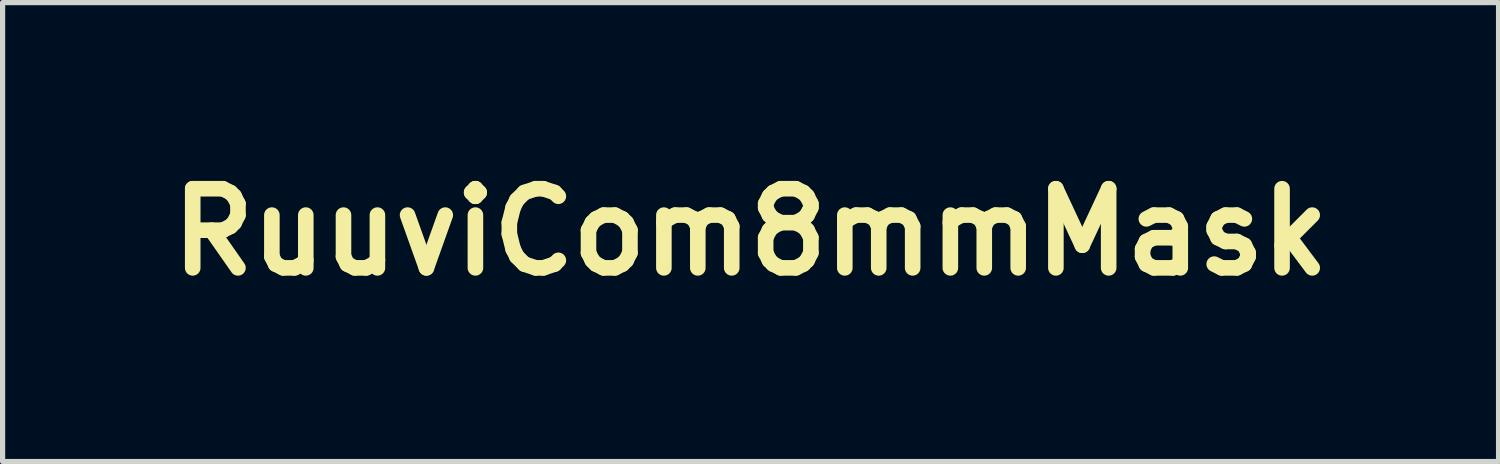
<source format=kicad_pcb>
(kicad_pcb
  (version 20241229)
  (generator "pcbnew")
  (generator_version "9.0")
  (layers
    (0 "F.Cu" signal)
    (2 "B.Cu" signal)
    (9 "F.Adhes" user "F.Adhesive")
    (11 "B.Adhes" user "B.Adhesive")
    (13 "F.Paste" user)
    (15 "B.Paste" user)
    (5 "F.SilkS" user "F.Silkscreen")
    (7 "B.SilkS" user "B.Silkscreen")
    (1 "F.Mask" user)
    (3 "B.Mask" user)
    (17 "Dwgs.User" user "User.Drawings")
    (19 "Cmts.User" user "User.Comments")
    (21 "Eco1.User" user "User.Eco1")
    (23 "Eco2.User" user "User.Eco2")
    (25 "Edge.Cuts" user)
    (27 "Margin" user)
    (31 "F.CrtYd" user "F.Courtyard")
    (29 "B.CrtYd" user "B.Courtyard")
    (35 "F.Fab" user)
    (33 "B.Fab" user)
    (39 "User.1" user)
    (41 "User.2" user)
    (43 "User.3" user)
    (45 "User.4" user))
  (footprint "RuuviCom8mmMask"
    (layer "F.Cu")
    (at 11.401 1.418)
    (property "Reference" "RuuviCom8mmMask" (at 0 0 0) (layer "F.SilkS") (effects (font (size 1.524 1.524) (thickness 0.3))))
    (attr through_hole)
    (fp_poly (pts (xy 0.055 -0.346) (xy -0.189 -0.346) (xy -0.189 -0.558) (xy 0.055 -0.558) (xy 0.055 -0.346)) (stroke (width 0.01) (type solid)) (fill yes) (layer "F.Mask"))
    (fp_poly (pts (xy 0.588 0.426) (xy 0.585 0.546) (xy 0.467 0.548) (xy 0.426 0.549) (xy 0.39 0.548) (xy 0.362 0.548) (xy 0.346 0.546) (xy 0.343 0.545) (xy 0.341 0.536) (xy 0.34 0.513) (xy 0.339 0.481) (xy 0.338 0.442) (xy 0.338 0.423) (xy 0.338 0.306) (xy 0.59 0.306) (xy 0.588 0.426)) (stroke (width 0.01) (type solid)) (fill yes) (layer "F.Mask"))
    (fp_poly (pts (xy 0.047 0.55) (xy -0.062 0.55) (xy -0.101 0.55) (xy -0.135 0.549) (xy -0.161 0.547) (xy -0.174 0.545) (xy -0.176 0.545) (xy -0.177 0.536) (xy -0.178 0.513) (xy -0.178 0.478) (xy -0.179 0.431) (xy -0.18 0.375) (xy -0.18 0.312) (xy -0.181 0.241) (xy -0.181 0.168) (xy -0.181 -0.204) (xy 0.047 -0.204) (xy 0.047 0.55)) (stroke (width 0.01) (type solid)) (fill yes) (layer "F.Mask"))
    (fp_poly (pts (xy -3.438 -0.22) (xy -3.424 -0.214) (xy -3.416 -0.201) (xy -3.412 -0.18) (xy -3.411 -0.147) (xy -3.411 -0.109) (xy -3.411 -0.006) (xy -3.432 -0.012) (xy -3.495 -0.024) (xy -3.552 -0.024) (xy -3.602 -0.012) (xy -3.627 0.000268) (xy -3.648 0.017) (xy -3.668 0.041) (xy -3.676 0.054) (xy -3.698 0.09) (xy -3.703 0.55) (xy -3.812 0.55) (xy -3.86 0.55) (xy -3.893 0.548) (xy -3.914 0.546) (xy -3.924 0.542) (xy -3.926 0.54) (xy -3.926 0.531) (xy -3.927 0.507) (xy -3.928 0.471) (xy -3.929 0.423) (xy -3.929 0.367) (xy -3.93 0.302) (xy -3.931 0.232) (xy -3.931 0.163) (xy -3.933 -0.204) (xy -3.83 -0.204) (xy -3.726 -0.204) (xy -3.721 -0.159) (xy -3.717 -0.126) (xy -3.713 -0.107) (xy -3.708 -0.101) (xy -3.699 -0.107) (xy -3.687 -0.123) (xy -3.686 -0.124) (xy -3.645 -0.169) (xy -3.596 -0.2) (xy -3.539 -0.217) (xy -3.492 -0.221) (xy -3.461 -0.222) (xy -3.438 -0.22)) (stroke (width 0.01) (type solid)) (fill yes) (layer "F.Mask"))
    (fp_poly (pts (xy -2.961 0.057) (xy -2.961 0.129) (xy -2.96 0.186) (xy -2.959 0.232) (xy -2.958 0.267) (xy -2.956 0.292) (xy -2.954 0.311) (xy -2.952 0.324) (xy -2.948 0.333) (xy -2.945 0.339) (xy -2.92 0.363) (xy -2.886 0.377) (xy -2.847 0.381) (xy -2.807 0.375) (xy -2.77 0.359) (xy -2.743 0.338) (xy -2.73 0.325) (xy -2.72 0.311) (xy -2.712 0.295) (xy -2.706 0.274) (xy -2.702 0.249) (xy -2.699 0.215) (xy -2.697 0.172) (xy -2.696 0.117) (xy -2.696 0.05) (xy -2.696 0.021) (xy -2.696 -0.204) (xy -2.468 -0.204) (xy -2.468 0.55) (xy -2.688 0.55) (xy -2.688 0.445) (xy -2.715 0.477) (xy -2.755 0.514) (xy -2.803 0.538) (xy -2.861 0.552) (xy -2.903 0.556) (xy -2.951 0.556) (xy -2.988 0.551) (xy -3.016 0.544) (xy -3.072 0.518) (xy -3.117 0.48) (xy -3.152 0.431) (xy -3.176 0.37) (xy -3.183 0.339) (xy -3.185 0.32) (xy -3.187 0.289) (xy -3.188 0.246) (xy -3.189 0.194) (xy -3.19 0.136) (xy -3.191 0.074) (xy -3.191 0.046) (xy -3.191 -0.204) (xy -2.964 -0.204) (xy -2.961 0.057)) (stroke (width 0.01) (type solid)) (fill yes) (layer "F.Mask"))
    (fp_poly (pts (xy -1.932 0.057) (xy -1.931 0.129) (xy -1.93 0.186) (xy -1.929 0.232) (xy -1.928 0.267) (xy -1.927 0.292) (xy -1.925 0.311) (xy -1.922 0.324) (xy -1.919 0.333) (xy -1.915 0.339) (xy -1.89 0.363) (xy -1.856 0.377) (xy -1.818 0.381) (xy -1.778 0.375) (xy -1.74 0.359) (xy -1.714 0.338) (xy -1.701 0.325) (xy -1.691 0.311) (xy -1.683 0.295) (xy -1.676 0.274) (xy -1.672 0.249) (xy -1.669 0.215) (xy -1.667 0.172) (xy -1.666 0.117) (xy -1.666 0.05) (xy -1.666 0.021) (xy -1.666 -0.204) (xy -1.438 -0.204) (xy -1.438 0.55) (xy -1.658 0.55) (xy -1.658 0.445) (xy -1.686 0.477) (xy -1.726 0.514) (xy -1.773 0.538) (xy -1.831 0.552) (xy -1.874 0.556) (xy -1.929 0.555) (xy -1.972 0.549) (xy -1.981 0.546) (xy -2.037 0.522) (xy -2.081 0.488) (xy -2.114 0.443) (xy -2.12 0.432) (xy -2.135 0.399) (xy -2.147 0.364) (xy -2.153 0.339) (xy -2.155 0.32) (xy -2.157 0.289) (xy -2.159 0.246) (xy -2.16 0.194) (xy -2.161 0.136) (xy -2.161 0.074) (xy -2.161 0.046) (xy -2.161 -0.204) (xy -1.934 -0.204) (xy -1.932 0.057)) (stroke (width 0.01) (type solid)) (fill yes) (layer "F.Mask"))
    (fp_poly (pts (xy -0.419 -0.203) (xy -0.399 -0.201) (xy -0.389 -0.199) (xy -0.387 -0.195) (xy -0.387 -0.195) (xy -0.391 -0.186) (xy -0.401 -0.164) (xy -0.416 -0.13) (xy -0.435 -0.087) (xy -0.458 -0.034) (xy -0.485 0.026) (xy -0.514 0.092) (xy -0.545 0.162) (xy -0.553 0.181) (xy -0.715 0.546) (xy -0.809 0.548) (xy -0.903 0.551) (xy -0.914 0.525) (xy -0.923 0.504) (xy -0.937 0.473) (xy -0.955 0.431) (xy -0.976 0.383) (xy -1 0.328) (xy -1.026 0.268) (xy -1.053 0.207) (xy -1.081 0.144) (xy -1.108 0.081) (xy -1.134 0.021) (xy -1.159 -0.035) (xy -1.181 -0.086) (xy -1.2 -0.129) (xy -1.215 -0.163) (xy -1.226 -0.187) (xy -1.231 -0.198) (xy -1.231 -0.198) (xy -1.225 -0.2) (xy -1.206 -0.202) (xy -1.176 -0.203) (xy -1.139 -0.203) (xy -1.116 -0.203) (xy -0.996 -0.2) (xy -0.901 0.037) (xy -0.879 0.094) (xy -0.857 0.146) (xy -0.839 0.191) (xy -0.823 0.228) (xy -0.811 0.254) (xy -0.804 0.268) (xy -0.802 0.271) (xy -0.799 0.263) (xy -0.79 0.242) (xy -0.776 0.21) (xy -0.759 0.169) (xy -0.739 0.12) (xy -0.717 0.066) (xy -0.703 0.033) (xy -0.608 -0.2) (xy -0.496 -0.203) (xy -0.45 -0.203) (xy -0.419 -0.203)) (stroke (width 0.01) (type solid)) (fill yes) (layer "F.Mask"))
    (fp_poly (pts (xy 2.179 -0.217) (xy 2.251 -0.2) (xy 2.316 -0.173) (xy 2.372 -0.136) (xy 2.412 -0.095) (xy 2.451 -0.034) (xy 2.478 0.035) (xy 2.493 0.11) (xy 2.496 0.188) (xy 2.487 0.265) (xy 2.476 0.307) (xy 2.447 0.376) (xy 2.406 0.435) (xy 2.353 0.483) (xy 2.29 0.52) (xy 2.218 0.545) (xy 2.214 0.546) (xy 2.165 0.554) (xy 2.108 0.557) (xy 2.05 0.555) (xy 1.998 0.548) (xy 1.985 0.546) (xy 1.915 0.521) (xy 1.854 0.484) (xy 1.802 0.437) (xy 1.761 0.38) (xy 1.73 0.315) (xy 1.712 0.243) (xy 1.707 0.182) (xy 1.933 0.182) (xy 1.937 0.234) (xy 1.945 0.274) (xy 1.963 0.312) (xy 1.989 0.346) (xy 2.02 0.369) (xy 2.037 0.377) (xy 2.071 0.382) (xy 2.111 0.382) (xy 2.151 0.377) (xy 2.184 0.368) (xy 2.196 0.362) (xy 2.227 0.334) (xy 2.25 0.294) (xy 2.264 0.242) (xy 2.27 0.191) (xy 2.269 0.122) (xy 2.259 0.064) (xy 2.239 0.019) (xy 2.209 -0.015) (xy 2.183 -0.032) (xy 2.141 -0.046) (xy 2.095 -0.049) (xy 2.049 -0.042) (xy 2.009 -0.025) (xy 1.977 0.001) (xy 1.973 0.005) (xy 1.956 0.037) (xy 1.943 0.08) (xy 1.935 0.13) (xy 1.933 0.182) (xy 1.707 0.182) (xy 1.706 0.166) (xy 1.714 0.085) (xy 1.717 0.067) (xy 1.74 -0.007) (xy 1.775 -0.071) (xy 1.821 -0.125) (xy 1.877 -0.167) (xy 1.943 -0.198) (xy 2.019 -0.217) (xy 2.102 -0.223) (xy 2.179 -0.217)) (stroke (width 0.01) (type solid)) (fill yes) (layer "F.Mask"))
    (fp_poly (pts (xy 1.285 -0.221) (xy 1.343 -0.211) (xy 1.398 -0.193) (xy 1.426 -0.18) (xy 1.461 -0.163) (xy 1.484 -0.15) (xy 1.495 -0.138) (xy 1.499 -0.124) (xy 1.495 -0.106) (xy 1.486 -0.08) (xy 1.475 -0.05) (xy 1.464 -0.022) (xy 1.457 -0.003) (xy 1.447 0.021) (xy 1.382 -0.011) (xy 1.35 -0.027) (xy 1.326 -0.036) (xy 1.304 -0.041) (xy 1.277 -0.043) (xy 1.246 -0.043) (xy 1.21 -0.043) (xy 1.186 -0.041) (xy 1.167 -0.036) (xy 1.15 -0.028) (xy 1.135 -0.02) (xy 1.101 0.008) (xy 1.077 0.043) (xy 1.062 0.087) (xy 1.055 0.143) (xy 1.054 0.183) (xy 1.057 0.222) (xy 1.061 0.249) (xy 1.079 0.296) (xy 1.109 0.335) (xy 1.149 0.363) (xy 1.199 0.38) (xy 1.246 0.385) (xy 1.282 0.381) (xy 1.325 0.371) (xy 1.367 0.356) (xy 1.403 0.338) (xy 1.411 0.334) (xy 1.429 0.323) (xy 1.443 0.319) (xy 1.446 0.32) (xy 1.452 0.33) (xy 1.461 0.35) (xy 1.472 0.378) (xy 1.478 0.392) (xy 1.491 0.429) (xy 1.497 0.453) (xy 1.497 0.468) (xy 1.496 0.471) (xy 1.482 0.484) (xy 1.457 0.499) (xy 1.424 0.515) (xy 1.388 0.53) (xy 1.352 0.541) (xy 1.332 0.546) (xy 1.296 0.552) (xy 1.251 0.555) (xy 1.203 0.557) (xy 1.159 0.556) (xy 1.125 0.553) (xy 1.124 0.553) (xy 1.061 0.536) (xy 1 0.508) (xy 0.945 0.471) (xy 0.901 0.428) (xy 0.884 0.407) (xy 0.852 0.347) (xy 0.831 0.278) (xy 0.821 0.205) (xy 0.821 0.13) (xy 0.833 0.057) (xy 0.857 -0.009) (xy 0.861 -0.018) (xy 0.901 -0.082) (xy 0.952 -0.135) (xy 1.013 -0.176) (xy 1.083 -0.204) (xy 1.161 -0.22) (xy 1.218 -0.223) (xy 1.285 -0.221)) (stroke (width 0.01) (type solid)) (fill yes) (layer "F.Mask"))
    (fp_poly (pts (xy 3.286 -0.218) (xy 3.339 -0.199) (xy 3.383 -0.17) (xy 3.411 -0.14) (xy 3.424 -0.12) (xy 3.434 -0.105) (xy 3.436 -0.101) (xy 3.443 -0.102) (xy 3.457 -0.112) (xy 3.477 -0.13) (xy 3.482 -0.135) (xy 3.536 -0.179) (xy 3.595 -0.209) (xy 3.658 -0.224) (xy 3.724 -0.224) (xy 3.741 -0.221) (xy 3.799 -0.206) (xy 3.846 -0.18) (xy 3.883 -0.145) (xy 3.911 -0.098) (xy 3.92 -0.077) (xy 3.927 -0.056) (xy 3.933 -0.033) (xy 3.937 -0.005) (xy 3.94 0.028) (xy 3.943 0.07) (xy 3.944 0.121) (xy 3.945 0.183) (xy 3.945 0.258) (xy 3.945 0.288) (xy 3.945 0.551) (xy 3.833 0.548) (xy 3.721 0.546) (xy 3.717 0.283) (xy 3.716 0.206) (xy 3.715 0.144) (xy 3.713 0.094) (xy 3.711 0.055) (xy 3.707 0.025) (xy 3.703 0.004) (xy 3.697 -0.012) (xy 3.69 -0.023) (xy 3.681 -0.03) (xy 3.669 -0.036) (xy 3.666 -0.038) (xy 3.629 -0.047) (xy 3.587 -0.045) (xy 3.548 -0.031) (xy 3.522 -0.013) (xy 3.51 -0.002) (xy 3.501 0.009) (xy 3.493 0.022) (xy 3.487 0.037) (xy 3.483 0.058) (xy 3.48 0.086) (xy 3.478 0.122) (xy 3.476 0.168) (xy 3.475 0.227) (xy 3.474 0.299) (xy 3.47 0.546) (xy 3.358 0.548) (xy 3.247 0.551) (xy 3.244 0.289) (xy 3.244 0.218) (xy 3.243 0.16) (xy 3.242 0.115) (xy 3.241 0.081) (xy 3.239 0.055) (xy 3.237 0.036) (xy 3.235 0.022) (xy 3.232 0.012) (xy 3.228 0.003) (xy 3.226 0.000018) (xy 3.206 -0.026) (xy 3.181 -0.041) (xy 3.148 -0.046) (xy 3.127 -0.045) (xy 3.084 -0.037) (xy 3.051 -0.018) (xy 3.025 0.014) (xy 3.017 0.03) (xy 3.011 0.041) (xy 3.007 0.051) (xy 3.004 0.064) (xy 3.002 0.081) (xy 3 0.103) (xy 2.998 0.133) (xy 2.997 0.172) (xy 2.997 0.222) (xy 2.996 0.286) (xy 2.996 0.308) (xy 2.993 0.55) (xy 2.883 0.55) (xy 2.836 0.55) (xy 2.803 0.548) (xy 2.782 0.546) (xy 2.772 0.542) (xy 2.77 0.54) (xy 2.769 0.531) (xy 2.769 0.507) (xy 2.768 0.471) (xy 2.767 0.423) (xy 2.766 0.367) (xy 2.766 0.302) (xy 2.765 0.232) (xy 2.765 0.163) (xy 2.762 -0.204) (xy 2.866 -0.204) (xy 2.969 -0.204) (xy 2.974 -0.18) (xy 2.977 -0.154) (xy 2.979 -0.127) (xy 2.979 -0.1) (xy 3.017 -0.139) (xy 3.057 -0.176) (xy 3.099 -0.2) (xy 3.148 -0.217) (xy 3.169 -0.221) (xy 3.229 -0.225) (xy 3.286 -0.218)) (stroke (width 0.01) (type solid)) (fill yes) (layer "F.Mask")))
  (gr_rect
    (start -3 -3)
    (end 25.802 5.836)
    (stroke (width 0.1) (type default))
    (fill no)
    (layer "Edge.Cuts")))
</source>
